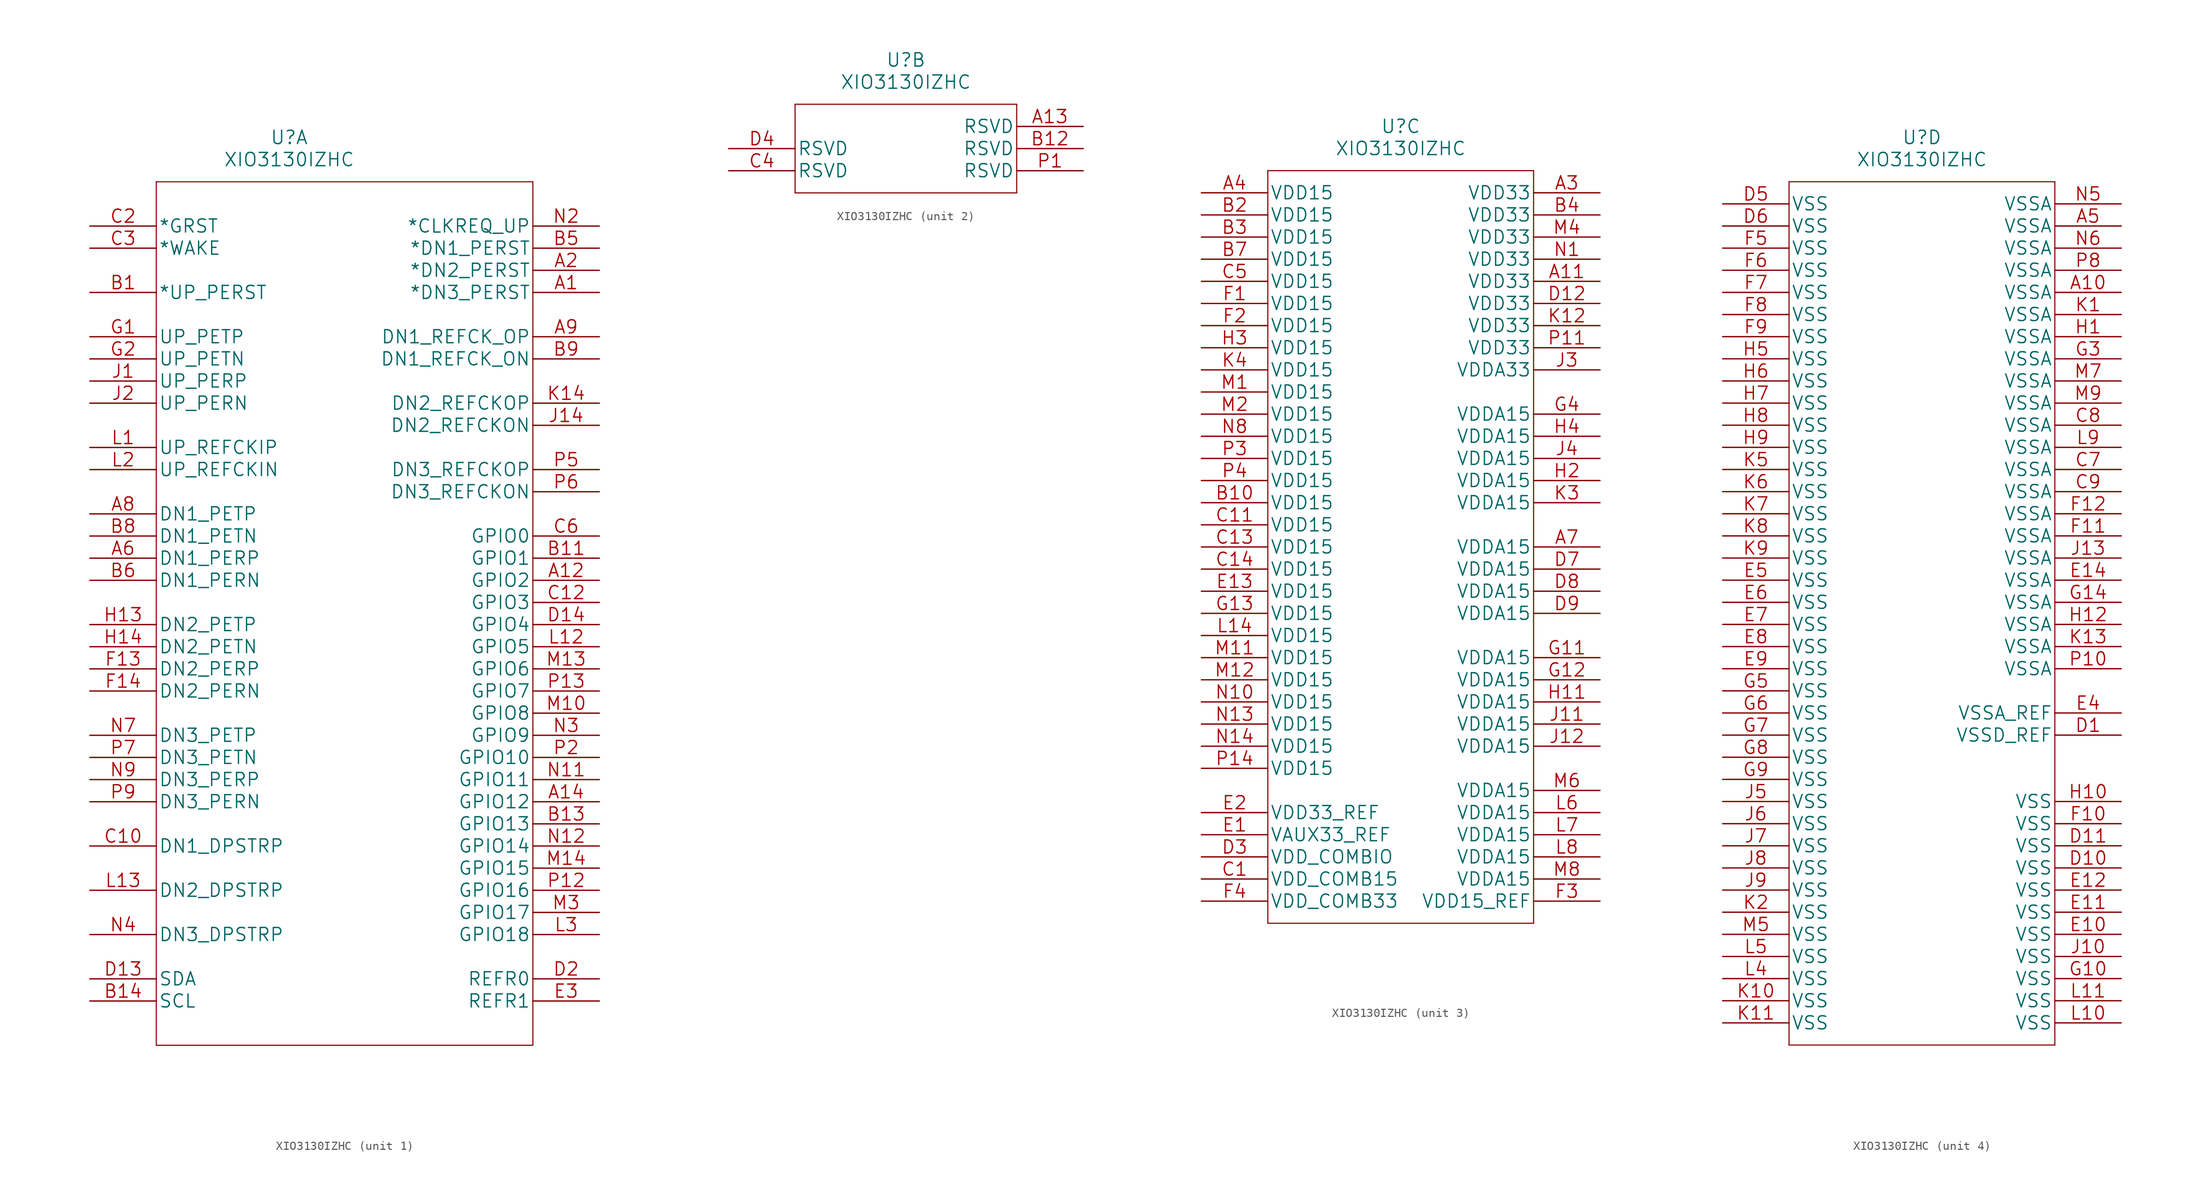
<source format=kicad_sym>
(kicad_symbol_lib
  (version 20201005)
  (generator kicad_symbol_editor)
  (symbol "AP3000:XIO3130IZHC"
    (pin_names
      (offset 0.254))
    (property "Reference" "U"
      (at 22.86 10.16 0)
      (effects (font (size 1.524 1.524))))
    (property "Value" "XIO3130IZHC"
      (at 22.86 7.62 0)
      (effects (font (size 1.524 1.524))))
    (property "Datasheet" ""
      (at 22.86 0 0)
      (effects (font (size 1.524 1.524))))
    (property "ki_locked" ""
      (at 0 0 0)
      (effects (font (size 1.27 1.27))))
    (symbol "XIO3130IZHC_1_1"
      (polyline (pts (xy 7.62 -93.98) (xy 50.8 -93.98)) (stroke (width 0.127)) (fill (type none)))
      (polyline (pts (xy 7.62 5.08) (xy 7.62 -93.98)) (stroke (width 0.127)) (fill (type none)))
      (polyline (pts (xy 50.8 -93.98) (xy 50.8 5.08)) (stroke (width 0.127)) (fill (type none)))
      (polyline (pts (xy 50.8 5.08) (xy 7.62 5.08)) (stroke (width 0.127)) (fill (type none)))
      (pin output line (at 58.42 -7.62 180) (length 7.62) (name "*DN3_PERST" (effects (font (size 1.499 1.499)))) (number "A1" (effects (font (size 1.499 1.499)))))
      (pin bidirectional line (at 58.42 -40.64 180) (length 7.62) (name "GPIO2" (effects (font (size 1.499 1.499)))) (number "A12" (effects (font (size 1.499 1.499)))))
      (pin bidirectional line (at 58.42 -66.04 180) (length 7.62) (name "GPIO12" (effects (font (size 1.499 1.499)))) (number "A14" (effects (font (size 1.499 1.499)))))
      (pin output line (at 58.42 -5.08 180) (length 7.62) (name "*DN2_PERST" (effects (font (size 1.499 1.499)))) (number "A2" (effects (font (size 1.499 1.499)))))
      (pin unspecified line (at 0 -38.1 0) (length 7.62) (name "DN1_PERP" (effects (font (size 1.499 1.499)))) (number "A6" (effects (font (size 1.499 1.499)))))
      (pin unspecified line (at 0 -33.02 0) (length 7.62) (name "DN1_PETP" (effects (font (size 1.499 1.499)))) (number "A8" (effects (font (size 1.499 1.499)))))
      (pin output line (at 58.42 -12.7 180) (length 7.62) (name "DN1_REFCK_OP" (effects (font (size 1.499 1.499)))) (number "A9" (effects (font (size 1.499 1.499)))))
      (pin input line (at 0 -7.62 0) (length 7.62) (name "*UP_PERST" (effects (font (size 1.499 1.499)))) (number "B1" (effects (font (size 1.499 1.499)))))
      (pin bidirectional line (at 58.42 -38.1 180) (length 7.62) (name "GPIO1" (effects (font (size 1.499 1.499)))) (number "B11" (effects (font (size 1.499 1.499)))))
      (pin bidirectional line (at 58.42 -68.58 180) (length 7.62) (name "GPIO13" (effects (font (size 1.499 1.499)))) (number "B13" (effects (font (size 1.499 1.499)))))
      (pin output line (at 0 -88.9 0) (length 7.62) (name "SCL" (effects (font (size 1.499 1.499)))) (number "B14" (effects (font (size 1.499 1.499)))))
      (pin output line (at 58.42 -2.54 180) (length 7.62) (name "*DN1_PERST" (effects (font (size 1.499 1.499)))) (number "B5" (effects (font (size 1.499 1.499)))))
      (pin unspecified line (at 0 -40.64 0) (length 7.62) (name "DN1_PERN" (effects (font (size 1.499 1.499)))) (number "B6" (effects (font (size 1.499 1.499)))))
      (pin unspecified line (at 0 -35.56 0) (length 7.62) (name "DN1_PETN" (effects (font (size 1.499 1.499)))) (number "B8" (effects (font (size 1.499 1.499)))))
      (pin output line (at 58.42 -15.24 180) (length 7.62) (name "DN1_REFCK_ON" (effects (font (size 1.499 1.499)))) (number "B9" (effects (font (size 1.499 1.499)))))
      (pin input line (at 0 -71.12 0) (length 7.62) (name "DN1_DPSTRP" (effects (font (size 1.499 1.499)))) (number "C10" (effects (font (size 1.499 1.499)))))
      (pin bidirectional line (at 58.42 -43.18 180) (length 7.62) (name "GPIO3" (effects (font (size 1.499 1.499)))) (number "C12" (effects (font (size 1.499 1.499)))))
      (pin input line (at 0 0 0) (length 7.62) (name "*GRST" (effects (font (size 1.499 1.499)))) (number "C2" (effects (font (size 1.499 1.499)))))
      (pin unspecified line (at 0 -2.54 0) (length 7.62) (name "*WAKE" (effects (font (size 1.499 1.499)))) (number "C3" (effects (font (size 1.499 1.499)))))
      (pin bidirectional line (at 58.42 -35.56 180) (length 7.62) (name "GPIO0" (effects (font (size 1.499 1.499)))) (number "C6" (effects (font (size 1.499 1.499)))))
      (pin bidirectional line (at 0 -86.36 0) (length 7.62) (name "SDA" (effects (font (size 1.499 1.499)))) (number "D13" (effects (font (size 1.499 1.499)))))
      (pin bidirectional line (at 58.42 -45.72 180) (length 7.62) (name "GPIO4" (effects (font (size 1.499 1.499)))) (number "D14" (effects (font (size 1.499 1.499)))))
      (pin unspecified line (at 58.42 -86.36 180) (length 7.62) (name "REFR0" (effects (font (size 1.499 1.499)))) (number "D2" (effects (font (size 1.499 1.499)))))
      (pin unspecified line (at 58.42 -88.9 180) (length 7.62) (name "REFR1" (effects (font (size 1.499 1.499)))) (number "E3" (effects (font (size 1.499 1.499)))))
      (pin unspecified line (at 0 -50.8 0) (length 7.62) (name "DN2_PERP" (effects (font (size 1.499 1.499)))) (number "F13" (effects (font (size 1.499 1.499)))))
      (pin unspecified line (at 0 -53.34 0) (length 7.62) (name "DN2_PERN" (effects (font (size 1.499 1.499)))) (number "F14" (effects (font (size 1.499 1.499)))))
      (pin unspecified line (at 0 -12.7 0) (length 7.62) (name "UP_PETP" (effects (font (size 1.499 1.499)))) (number "G1" (effects (font (size 1.499 1.499)))))
      (pin unspecified line (at 0 -15.24 0) (length 7.62) (name "UP_PETN" (effects (font (size 1.499 1.499)))) (number "G2" (effects (font (size 1.499 1.499)))))
      (pin unspecified line (at 0 -45.72 0) (length 7.62) (name "DN2_PETP" (effects (font (size 1.499 1.499)))) (number "H13" (effects (font (size 1.499 1.499)))))
      (pin unspecified line (at 0 -48.26 0) (length 7.62) (name "DN2_PETN" (effects (font (size 1.499 1.499)))) (number "H14" (effects (font (size 1.499 1.499)))))
      (pin unspecified line (at 0 -17.78 0) (length 7.62) (name "UP_PERP" (effects (font (size 1.499 1.499)))) (number "J1" (effects (font (size 1.499 1.499)))))
      (pin output line (at 58.42 -22.86 180) (length 7.62) (name "DN2_REFCKON" (effects (font (size 1.499 1.499)))) (number "J14" (effects (font (size 1.499 1.499)))))
      (pin unspecified line (at 0 -20.32 0) (length 7.62) (name "UP_PERN" (effects (font (size 1.499 1.499)))) (number "J2" (effects (font (size 1.499 1.499)))))
      (pin output line (at 58.42 -20.32 180) (length 7.62) (name "DN2_REFCKOP" (effects (font (size 1.499 1.499)))) (number "K14" (effects (font (size 1.499 1.499)))))
      (pin input line (at 0 -25.4 0) (length 7.62) (name "UP_REFCKIP" (effects (font (size 1.499 1.499)))) (number "L1" (effects (font (size 1.499 1.499)))))
      (pin bidirectional line (at 58.42 -48.26 180) (length 7.62) (name "GPIO5" (effects (font (size 1.499 1.499)))) (number "L12" (effects (font (size 1.499 1.499)))))
      (pin input line (at 0 -76.2 0) (length 7.62) (name "DN2_DPSTRP" (effects (font (size 1.499 1.499)))) (number "L13" (effects (font (size 1.499 1.499)))))
      (pin input line (at 0 -27.94 0) (length 7.62) (name "UP_REFCKIN" (effects (font (size 1.499 1.499)))) (number "L2" (effects (font (size 1.499 1.499)))))
      (pin bidirectional line (at 58.42 -81.28 180) (length 7.62) (name "GPIO18" (effects (font (size 1.499 1.499)))) (number "L3" (effects (font (size 1.499 1.499)))))
      (pin bidirectional line (at 58.42 -55.88 180) (length 7.62) (name "GPIO8" (effects (font (size 1.499 1.499)))) (number "M10" (effects (font (size 1.499 1.499)))))
      (pin bidirectional line (at 58.42 -50.8 180) (length 7.62) (name "GPIO6" (effects (font (size 1.499 1.499)))) (number "M13" (effects (font (size 1.499 1.499)))))
      (pin bidirectional line (at 58.42 -73.66 180) (length 7.62) (name "GPIO15" (effects (font (size 1.499 1.499)))) (number "M14" (effects (font (size 1.499 1.499)))))
      (pin bidirectional line (at 58.42 -78.74 180) (length 7.62) (name "GPIO17" (effects (font (size 1.499 1.499)))) (number "M3" (effects (font (size 1.499 1.499)))))
      (pin bidirectional line (at 58.42 -63.5 180) (length 7.62) (name "GPIO11" (effects (font (size 1.499 1.499)))) (number "N11" (effects (font (size 1.499 1.499)))))
      (pin bidirectional line (at 58.42 -71.12 180) (length 7.62) (name "GPIO14" (effects (font (size 1.499 1.499)))) (number "N12" (effects (font (size 1.499 1.499)))))
      (pin output line (at 58.42 0 180) (length 7.62) (name "*CLKREQ_UP" (effects (font (size 1.499 1.499)))) (number "N2" (effects (font (size 1.499 1.499)))))
      (pin bidirectional line (at 58.42 -58.42 180) (length 7.62) (name "GPIO9" (effects (font (size 1.499 1.499)))) (number "N3" (effects (font (size 1.499 1.499)))))
      (pin input line (at 0 -81.28 0) (length 7.62) (name "DN3_DPSTRP" (effects (font (size 1.499 1.499)))) (number "N4" (effects (font (size 1.499 1.499)))))
      (pin unspecified line (at 0 -58.42 0) (length 7.62) (name "DN3_PETP" (effects (font (size 1.499 1.499)))) (number "N7" (effects (font (size 1.499 1.499)))))
      (pin unspecified line (at 0 -63.5 0) (length 7.62) (name "DN3_PERP" (effects (font (size 1.499 1.499)))) (number "N9" (effects (font (size 1.499 1.499)))))
      (pin bidirectional line (at 58.42 -76.2 180) (length 7.62) (name "GPIO16" (effects (font (size 1.499 1.499)))) (number "P12" (effects (font (size 1.499 1.499)))))
      (pin bidirectional line (at 58.42 -53.34 180) (length 7.62) (name "GPIO7" (effects (font (size 1.499 1.499)))) (number "P13" (effects (font (size 1.499 1.499)))))
      (pin bidirectional line (at 58.42 -60.96 180) (length 7.62) (name "GPIO10" (effects (font (size 1.499 1.499)))) (number "P2" (effects (font (size 1.499 1.499)))))
      (pin output line (at 58.42 -27.94 180) (length 7.62) (name "DN3_REFCKOP" (effects (font (size 1.499 1.499)))) (number "P5" (effects (font (size 1.499 1.499)))))
      (pin output line (at 58.42 -30.48 180) (length 7.62) (name "DN3_REFCKON" (effects (font (size 1.499 1.499)))) (number "P6" (effects (font (size 1.499 1.499)))))
      (pin unspecified line (at 0 -60.96 0) (length 7.62) (name "DN3_PETN" (effects (font (size 1.499 1.499)))) (number "P7" (effects (font (size 1.499 1.499)))))
      (pin unspecified line (at 0 -66.04 0) (length 7.62) (name "DN3_PERN" (effects (font (size 1.499 1.499)))) (number "P9" (effects (font (size 1.499 1.499))))))
    (symbol "XIO3130IZHC_2_1"
      (polyline (pts (xy 10.16 -5.08) (xy 35.56 -5.08)) (stroke (width 0.127)) (fill (type none)))
      (polyline (pts (xy 10.16 5.08) (xy 10.16 -5.08)) (stroke (width 0.127)) (fill (type none)))
      (polyline (pts (xy 35.56 -5.08) (xy 35.56 5.08)) (stroke (width 0.127)) (fill (type none)))
      (polyline (pts (xy 35.56 5.08) (xy 10.16 5.08)) (stroke (width 0.127)) (fill (type none)))
      (pin unspecified line (at 43.18 2.54 180) (length 7.62) (name "RSVD" (effects (font (size 1.499 1.499)))) (number "A13" (effects (font (size 1.499 1.499)))))
      (pin unspecified line (at 43.18 0 180) (length 7.62) (name "RSVD" (effects (font (size 1.499 1.499)))) (number "B12" (effects (font (size 1.499 1.499)))))
      (pin unspecified line (at 2.54 -2.54 0) (length 7.62) (name "RSVD" (effects (font (size 1.499 1.499)))) (number "C4" (effects (font (size 1.499 1.499)))))
      (pin unspecified line (at 2.54 0 0) (length 7.62) (name "RSVD" (effects (font (size 1.499 1.499)))) (number "D4" (effects (font (size 1.499 1.499)))))
      (pin unspecified line (at 43.18 -2.54 180) (length 7.62) (name "RSVD" (effects (font (size 1.499 1.499)))) (number "P1" (effects (font (size 1.499 1.499))))))
    (symbol "XIO3130IZHC_3_1"
      (polyline (pts (xy 7.62 -81.28) (xy 38.1 -81.28)) (stroke (width 0.127)) (fill (type none)))
      (polyline (pts (xy 7.62 5.08) (xy 7.62 -81.28)) (stroke (width 0.127)) (fill (type none)))
      (polyline (pts (xy 38.1 -81.28) (xy 38.1 5.08)) (stroke (width 0.127)) (fill (type none)))
      (polyline (pts (xy 38.1 5.08) (xy 7.62 5.08)) (stroke (width 0.127)) (fill (type none)))
      (pin power_in line (at 45.72 -7.62 180) (length 7.62) (name "VDD33" (effects (font (size 1.499 1.499)))) (number "A11" (effects (font (size 1.499 1.499)))))
      (pin power_in line (at 45.72 2.54 180) (length 7.62) (name "VDD33" (effects (font (size 1.499 1.499)))) (number "A3" (effects (font (size 1.499 1.499)))))
      (pin power_in line (at 0 2.54 0) (length 7.62) (name "VDD15" (effects (font (size 1.499 1.499)))) (number "A4" (effects (font (size 1.499 1.499)))))
      (pin power_in line (at 45.72 -38.1 180) (length 7.62) (name "VDDA15" (effects (font (size 1.499 1.499)))) (number "A7" (effects (font (size 1.499 1.499)))))
      (pin power_in line (at 0 -33.02 0) (length 7.62) (name "VDD15" (effects (font (size 1.499 1.499)))) (number "B10" (effects (font (size 1.499 1.499)))))
      (pin power_in line (at 0 0 0) (length 7.62) (name "VDD15" (effects (font (size 1.499 1.499)))) (number "B2" (effects (font (size 1.499 1.499)))))
      (pin power_in line (at 0 -2.54 0) (length 7.62) (name "VDD15" (effects (font (size 1.499 1.499)))) (number "B3" (effects (font (size 1.499 1.499)))))
      (pin power_in line (at 45.72 0 180) (length 7.62) (name "VDD33" (effects (font (size 1.499 1.499)))) (number "B4" (effects (font (size 1.499 1.499)))))
      (pin power_in line (at 0 -5.08 0) (length 7.62) (name "VDD15" (effects (font (size 1.499 1.499)))) (number "B7" (effects (font (size 1.499 1.499)))))
      (pin power_in line (at 0 -76.2 0) (length 7.62) (name "VDD_COMB15" (effects (font (size 1.499 1.499)))) (number "C1" (effects (font (size 1.499 1.499)))))
      (pin power_in line (at 0 -35.56 0) (length 7.62) (name "VDD15" (effects (font (size 1.499 1.499)))) (number "C11" (effects (font (size 1.499 1.499)))))
      (pin power_in line (at 0 -38.1 0) (length 7.62) (name "VDD15" (effects (font (size 1.499 1.499)))) (number "C13" (effects (font (size 1.499 1.499)))))
      (pin power_in line (at 0 -40.64 0) (length 7.62) (name "VDD15" (effects (font (size 1.499 1.499)))) (number "C14" (effects (font (size 1.499 1.499)))))
      (pin power_in line (at 0 -7.62 0) (length 7.62) (name "VDD15" (effects (font (size 1.499 1.499)))) (number "C5" (effects (font (size 1.499 1.499)))))
      (pin power_in line (at 45.72 -10.16 180) (length 7.62) (name "VDD33" (effects (font (size 1.499 1.499)))) (number "D12" (effects (font (size 1.499 1.499)))))
      (pin power_in line (at 0 -73.66 0) (length 7.62) (name "VDD_COMBIO" (effects (font (size 1.499 1.499)))) (number "D3" (effects (font (size 1.499 1.499)))))
      (pin power_in line (at 45.72 -40.64 180) (length 7.62) (name "VDDA15" (effects (font (size 1.499 1.499)))) (number "D7" (effects (font (size 1.499 1.499)))))
      (pin power_in line (at 45.72 -43.18 180) (length 7.62) (name "VDDA15" (effects (font (size 1.499 1.499)))) (number "D8" (effects (font (size 1.499 1.499)))))
      (pin power_in line (at 45.72 -45.72 180) (length 7.62) (name "VDDA15" (effects (font (size 1.499 1.499)))) (number "D9" (effects (font (size 1.499 1.499)))))
      (pin power_in line (at 0 -71.12 0) (length 7.62) (name "VAUX33_REF" (effects (font (size 1.499 1.499)))) (number "E1" (effects (font (size 1.499 1.499)))))
      (pin power_in line (at 0 -43.18 0) (length 7.62) (name "VDD15" (effects (font (size 1.499 1.499)))) (number "E13" (effects (font (size 1.499 1.499)))))
      (pin power_in line (at 0 -68.58 0) (length 7.62) (name "VDD33_REF" (effects (font (size 1.499 1.499)))) (number "E2" (effects (font (size 1.499 1.499)))))
      (pin power_in line (at 0 -10.16 0) (length 7.62) (name "VDD15" (effects (font (size 1.499 1.499)))) (number "F1" (effects (font (size 1.499 1.499)))))
      (pin power_in line (at 0 -12.7 0) (length 7.62) (name "VDD15" (effects (font (size 1.499 1.499)))) (number "F2" (effects (font (size 1.499 1.499)))))
      (pin power_in line (at 45.72 -78.74 180) (length 7.62) (name "VDD15_REF" (effects (font (size 1.499 1.499)))) (number "F3" (effects (font (size 1.499 1.499)))))
      (pin power_in line (at 0 -78.74 0) (length 7.62) (name "VDD_COMB33" (effects (font (size 1.499 1.499)))) (number "F4" (effects (font (size 1.499 1.499)))))
      (pin power_in line (at 45.72 -50.8 180) (length 7.62) (name "VDDA15" (effects (font (size 1.499 1.499)))) (number "G11" (effects (font (size 1.499 1.499)))))
      (pin power_in line (at 45.72 -53.34 180) (length 7.62) (name "VDDA15" (effects (font (size 1.499 1.499)))) (number "G12" (effects (font (size 1.499 1.499)))))
      (pin power_in line (at 0 -45.72 0) (length 7.62) (name "VDD15" (effects (font (size 1.499 1.499)))) (number "G13" (effects (font (size 1.499 1.499)))))
      (pin power_in line (at 45.72 -22.86 180) (length 7.62) (name "VDDA15" (effects (font (size 1.499 1.499)))) (number "G4" (effects (font (size 1.499 1.499)))))
      (pin power_in line (at 45.72 -55.88 180) (length 7.62) (name "VDDA15" (effects (font (size 1.499 1.499)))) (number "H11" (effects (font (size 1.499 1.499)))))
      (pin power_in line (at 45.72 -30.48 180) (length 7.62) (name "VDDA15" (effects (font (size 1.499 1.499)))) (number "H2" (effects (font (size 1.499 1.499)))))
      (pin power_in line (at 0 -15.24 0) (length 7.62) (name "VDD15" (effects (font (size 1.499 1.499)))) (number "H3" (effects (font (size 1.499 1.499)))))
      (pin power_in line (at 45.72 -25.4 180) (length 7.62) (name "VDDA15" (effects (font (size 1.499 1.499)))) (number "H4" (effects (font (size 1.499 1.499)))))
      (pin power_in line (at 45.72 -58.42 180) (length 7.62) (name "VDDA15" (effects (font (size 1.499 1.499)))) (number "J11" (effects (font (size 1.499 1.499)))))
      (pin power_in line (at 45.72 -60.96 180) (length 7.62) (name "VDDA15" (effects (font (size 1.499 1.499)))) (number "J12" (effects (font (size 1.499 1.499)))))
      (pin power_in line (at 45.72 -17.78 180) (length 7.62) (name "VDDA33" (effects (font (size 1.499 1.499)))) (number "J3" (effects (font (size 1.499 1.499)))))
      (pin power_in line (at 45.72 -27.94 180) (length 7.62) (name "VDDA15" (effects (font (size 1.499 1.499)))) (number "J4" (effects (font (size 1.499 1.499)))))
      (pin power_in line (at 45.72 -12.7 180) (length 7.62) (name "VDD33" (effects (font (size 1.499 1.499)))) (number "K12" (effects (font (size 1.499 1.499)))))
      (pin power_in line (at 45.72 -33.02 180) (length 7.62) (name "VDDA15" (effects (font (size 1.499 1.499)))) (number "K3" (effects (font (size 1.499 1.499)))))
      (pin power_in line (at 0 -17.78 0) (length 7.62) (name "VDD15" (effects (font (size 1.499 1.499)))) (number "K4" (effects (font (size 1.499 1.499)))))
      (pin power_in line (at 0 -48.26 0) (length 7.62) (name "VDD15" (effects (font (size 1.499 1.499)))) (number "L14" (effects (font (size 1.499 1.499)))))
      (pin power_in line (at 45.72 -68.58 180) (length 7.62) (name "VDDA15" (effects (font (size 1.499 1.499)))) (number "L6" (effects (font (size 1.499 1.499)))))
      (pin power_in line (at 45.72 -71.12 180) (length 7.62) (name "VDDA15" (effects (font (size 1.499 1.499)))) (number "L7" (effects (font (size 1.499 1.499)))))
      (pin power_in line (at 45.72 -73.66 180) (length 7.62) (name "VDDA15" (effects (font (size 1.499 1.499)))) (number "L8" (effects (font (size 1.499 1.499)))))
      (pin power_in line (at 0 -20.32 0) (length 7.62) (name "VDD15" (effects (font (size 1.499 1.499)))) (number "M1" (effects (font (size 1.499 1.499)))))
      (pin power_in line (at 0 -50.8 0) (length 7.62) (name "VDD15" (effects (font (size 1.499 1.499)))) (number "M11" (effects (font (size 1.499 1.499)))))
      (pin power_in line (at 0 -53.34 0) (length 7.62) (name "VDD15" (effects (font (size 1.499 1.499)))) (number "M12" (effects (font (size 1.499 1.499)))))
      (pin power_in line (at 0 -22.86 0) (length 7.62) (name "VDD15" (effects (font (size 1.499 1.499)))) (number "M2" (effects (font (size 1.499 1.499)))))
      (pin power_in line (at 45.72 -2.54 180) (length 7.62) (name "VDD33" (effects (font (size 1.499 1.499)))) (number "M4" (effects (font (size 1.499 1.499)))))
      (pin power_in line (at 45.72 -66.04 180) (length 7.62) (name "VDDA15" (effects (font (size 1.499 1.499)))) (number "M6" (effects (font (size 1.499 1.499)))))
      (pin power_in line (at 45.72 -76.2 180) (length 7.62) (name "VDDA15" (effects (font (size 1.499 1.499)))) (number "M8" (effects (font (size 1.499 1.499)))))
      (pin power_in line (at 45.72 -5.08 180) (length 7.62) (name "VDD33" (effects (font (size 1.499 1.499)))) (number "N1" (effects (font (size 1.499 1.499)))))
      (pin power_in line (at 0 -55.88 0) (length 7.62) (name "VDD15" (effects (font (size 1.499 1.499)))) (number "N10" (effects (font (size 1.499 1.499)))))
      (pin power_in line (at 0 -58.42 0) (length 7.62) (name "VDD15" (effects (font (size 1.499 1.499)))) (number "N13" (effects (font (size 1.499 1.499)))))
      (pin power_in line (at 0 -60.96 0) (length 7.62) (name "VDD15" (effects (font (size 1.499 1.499)))) (number "N14" (effects (font (size 1.499 1.499)))))
      (pin power_in line (at 0 -25.4 0) (length 7.62) (name "VDD15" (effects (font (size 1.499 1.499)))) (number "N8" (effects (font (size 1.499 1.499)))))
      (pin power_in line (at 45.72 -15.24 180) (length 7.62) (name "VDD33" (effects (font (size 1.499 1.499)))) (number "P11" (effects (font (size 1.499 1.499)))))
      (pin power_in line (at 0 -63.5 0) (length 7.62) (name "VDD15" (effects (font (size 1.499 1.499)))) (number "P14" (effects (font (size 1.499 1.499)))))
      (pin power_in line (at 0 -27.94 0) (length 7.62) (name "VDD15" (effects (font (size 1.499 1.499)))) (number "P3" (effects (font (size 1.499 1.499)))))
      (pin power_in line (at 0 -30.48 0) (length 7.62) (name "VDD15" (effects (font (size 1.499 1.499)))) (number "P4" (effects (font (size 1.499 1.499))))))
    (symbol "XIO3130IZHC_4_1"
      (polyline (pts (xy 7.62 -93.98) (xy 38.1 -93.98)) (stroke (width 0.127)) (fill (type none)))
      (polyline (pts (xy 7.62 5.08) (xy 7.62 -93.98)) (stroke (width 0.127)) (fill (type none)))
      (polyline (pts (xy 38.1 -93.98) (xy 38.1 5.08)) (stroke (width 0.127)) (fill (type none)))
      (polyline (pts (xy 38.1 5.08) (xy 7.62 5.08)) (stroke (width 0.127)) (fill (type none)))
      (pin power_in line (at 45.72 -7.62 180) (length 7.62) (name "VSSA" (effects (font (size 1.499 1.499)))) (number "A10" (effects (font (size 1.499 1.499)))))
      (pin power_in line (at 45.72 0 180) (length 7.62) (name "VSSA" (effects (font (size 1.499 1.499)))) (number "A5" (effects (font (size 1.499 1.499)))))
      (pin power_in line (at 45.72 -27.94 180) (length 7.62) (name "VSSA" (effects (font (size 1.499 1.499)))) (number "C7" (effects (font (size 1.499 1.499)))))
      (pin power_in line (at 45.72 -22.86 180) (length 7.62) (name "VSSA" (effects (font (size 1.499 1.499)))) (number "C8" (effects (font (size 1.499 1.499)))))
      (pin power_in line (at 45.72 -30.48 180) (length 7.62) (name "VSSA" (effects (font (size 1.499 1.499)))) (number "C9" (effects (font (size 1.499 1.499)))))
      (pin power_in line (at 45.72 -58.42 180) (length 7.62) (name "VSSD_REF" (effects (font (size 1.499 1.499)))) (number "D1" (effects (font (size 1.499 1.499)))))
      (pin power_in line (at 45.72 -73.66 180) (length 7.62) (name "VSS" (effects (font (size 1.499 1.499)))) (number "D10" (effects (font (size 1.499 1.499)))))
      (pin power_in line (at 45.72 -71.12 180) (length 7.62) (name "VSS" (effects (font (size 1.499 1.499)))) (number "D11" (effects (font (size 1.499 1.499)))))
      (pin power_in line (at 0 2.54 0) (length 7.62) (name "VSS" (effects (font (size 1.499 1.499)))) (number "D5" (effects (font (size 1.499 1.499)))))
      (pin power_in line (at 0 0 0) (length 7.62) (name "VSS" (effects (font (size 1.499 1.499)))) (number "D6" (effects (font (size 1.499 1.499)))))
      (pin power_in line (at 45.72 -81.28 180) (length 7.62) (name "VSS" (effects (font (size 1.499 1.499)))) (number "E10" (effects (font (size 1.499 1.499)))))
      (pin power_in line (at 45.72 -78.74 180) (length 7.62) (name "VSS" (effects (font (size 1.499 1.499)))) (number "E11" (effects (font (size 1.499 1.499)))))
      (pin power_in line (at 45.72 -76.2 180) (length 7.62) (name "VSS" (effects (font (size 1.499 1.499)))) (number "E12" (effects (font (size 1.499 1.499)))))
      (pin power_in line (at 45.72 -40.64 180) (length 7.62) (name "VSSA" (effects (font (size 1.499 1.499)))) (number "E14" (effects (font (size 1.499 1.499)))))
      (pin power_in line (at 45.72 -55.88 180) (length 7.62) (name "VSSA_REF" (effects (font (size 1.499 1.499)))) (number "E4" (effects (font (size 1.499 1.499)))))
      (pin power_in line (at 0 -40.64 0) (length 7.62) (name "VSS" (effects (font (size 1.499 1.499)))) (number "E5" (effects (font (size 1.499 1.499)))))
      (pin power_in line (at 0 -43.18 0) (length 7.62) (name "VSS" (effects (font (size 1.499 1.499)))) (number "E6" (effects (font (size 1.499 1.499)))))
      (pin power_in line (at 0 -45.72 0) (length 7.62) (name "VSS" (effects (font (size 1.499 1.499)))) (number "E7" (effects (font (size 1.499 1.499)))))
      (pin power_in line (at 0 -48.26 0) (length 7.62) (name "VSS" (effects (font (size 1.499 1.499)))) (number "E8" (effects (font (size 1.499 1.499)))))
      (pin power_in line (at 0 -50.8 0) (length 7.62) (name "VSS" (effects (font (size 1.499 1.499)))) (number "E9" (effects (font (size 1.499 1.499)))))
      (pin power_in line (at 45.72 -68.58 180) (length 7.62) (name "VSS" (effects (font (size 1.499 1.499)))) (number "F10" (effects (font (size 1.499 1.499)))))
      (pin power_in line (at 45.72 -35.56 180) (length 7.62) (name "VSSA" (effects (font (size 1.499 1.499)))) (number "F11" (effects (font (size 1.499 1.499)))))
      (pin power_in line (at 45.72 -33.02 180) (length 7.62) (name "VSSA" (effects (font (size 1.499 1.499)))) (number "F12" (effects (font (size 1.499 1.499)))))
      (pin power_in line (at 0 -2.54 0) (length 7.62) (name "VSS" (effects (font (size 1.499 1.499)))) (number "F5" (effects (font (size 1.499 1.499)))))
      (pin power_in line (at 0 -5.08 0) (length 7.62) (name "VSS" (effects (font (size 1.499 1.499)))) (number "F6" (effects (font (size 1.499 1.499)))))
      (pin power_in line (at 0 -7.62 0) (length 7.62) (name "VSS" (effects (font (size 1.499 1.499)))) (number "F7" (effects (font (size 1.499 1.499)))))
      (pin power_in line (at 0 -10.16 0) (length 7.62) (name "VSS" (effects (font (size 1.499 1.499)))) (number "F8" (effects (font (size 1.499 1.499)))))
      (pin power_in line (at 0 -12.7 0) (length 7.62) (name "VSS" (effects (font (size 1.499 1.499)))) (number "F9" (effects (font (size 1.499 1.499)))))
      (pin power_in line (at 45.72 -86.36 180) (length 7.62) (name "VSS" (effects (font (size 1.499 1.499)))) (number "G10" (effects (font (size 1.499 1.499)))))
      (pin power_in line (at 45.72 -43.18 180) (length 7.62) (name "VSSA" (effects (font (size 1.499 1.499)))) (number "G14" (effects (font (size 1.499 1.499)))))
      (pin power_in line (at 45.72 -15.24 180) (length 7.62) (name "VSSA" (effects (font (size 1.499 1.499)))) (number "G3" (effects (font (size 1.499 1.499)))))
      (pin power_in line (at 0 -53.34 0) (length 7.62) (name "VSS" (effects (font (size 1.499 1.499)))) (number "G5" (effects (font (size 1.499 1.499)))))
      (pin power_in line (at 0 -55.88 0) (length 7.62) (name "VSS" (effects (font (size 1.499 1.499)))) (number "G6" (effects (font (size 1.499 1.499)))))
      (pin power_in line (at 0 -58.42 0) (length 7.62) (name "VSS" (effects (font (size 1.499 1.499)))) (number "G7" (effects (font (size 1.499 1.499)))))
      (pin power_in line (at 0 -60.96 0) (length 7.62) (name "VSS" (effects (font (size 1.499 1.499)))) (number "G8" (effects (font (size 1.499 1.499)))))
      (pin power_in line (at 0 -63.5 0) (length 7.62) (name "VSS" (effects (font (size 1.499 1.499)))) (number "G9" (effects (font (size 1.499 1.499)))))
      (pin power_in line (at 45.72 -12.7 180) (length 7.62) (name "VSSA" (effects (font (size 1.499 1.499)))) (number "H1" (effects (font (size 1.499 1.499)))))
      (pin power_in line (at 45.72 -66.04 180) (length 7.62) (name "VSS" (effects (font (size 1.499 1.499)))) (number "H10" (effects (font (size 1.499 1.499)))))
      (pin power_in line (at 45.72 -45.72 180) (length 7.62) (name "VSSA" (effects (font (size 1.499 1.499)))) (number "H12" (effects (font (size 1.499 1.499)))))
      (pin power_in line (at 0 -15.24 0) (length 7.62) (name "VSS" (effects (font (size 1.499 1.499)))) (number "H5" (effects (font (size 1.499 1.499)))))
      (pin power_in line (at 0 -17.78 0) (length 7.62) (name "VSS" (effects (font (size 1.499 1.499)))) (number "H6" (effects (font (size 1.499 1.499)))))
      (pin power_in line (at 0 -20.32 0) (length 7.62) (name "VSS" (effects (font (size 1.499 1.499)))) (number "H7" (effects (font (size 1.499 1.499)))))
      (pin power_in line (at 0 -22.86 0) (length 7.62) (name "VSS" (effects (font (size 1.499 1.499)))) (number "H8" (effects (font (size 1.499 1.499)))))
      (pin power_in line (at 0 -25.4 0) (length 7.62) (name "VSS" (effects (font (size 1.499 1.499)))) (number "H9" (effects (font (size 1.499 1.499)))))
      (pin power_in line (at 45.72 -83.82 180) (length 7.62) (name "VSS" (effects (font (size 1.499 1.499)))) (number "J10" (effects (font (size 1.499 1.499)))))
      (pin power_in line (at 45.72 -38.1 180) (length 7.62) (name "VSSA" (effects (font (size 1.499 1.499)))) (number "J13" (effects (font (size 1.499 1.499)))))
      (pin power_in line (at 0 -66.04 0) (length 7.62) (name "VSS" (effects (font (size 1.499 1.499)))) (number "J5" (effects (font (size 1.499 1.499)))))
      (pin power_in line (at 0 -68.58 0) (length 7.62) (name "VSS" (effects (font (size 1.499 1.499)))) (number "J6" (effects (font (size 1.499 1.499)))))
      (pin power_in line (at 0 -71.12 0) (length 7.62) (name "VSS" (effects (font (size 1.499 1.499)))) (number "J7" (effects (font (size 1.499 1.499)))))
      (pin power_in line (at 0 -73.66 0) (length 7.62) (name "VSS" (effects (font (size 1.499 1.499)))) (number "J8" (effects (font (size 1.499 1.499)))))
      (pin power_in line (at 0 -76.2 0) (length 7.62) (name "VSS" (effects (font (size 1.499 1.499)))) (number "J9" (effects (font (size 1.499 1.499)))))
      (pin power_in line (at 45.72 -10.16 180) (length 7.62) (name "VSSA" (effects (font (size 1.499 1.499)))) (number "K1" (effects (font (size 1.499 1.499)))))
      (pin power_in line (at 0 -88.9 0) (length 7.62) (name "VSS" (effects (font (size 1.499 1.499)))) (number "K10" (effects (font (size 1.499 1.499)))))
      (pin power_in line (at 0 -91.44 0) (length 7.62) (name "VSS" (effects (font (size 1.499 1.499)))) (number "K11" (effects (font (size 1.499 1.499)))))
      (pin power_in line (at 45.72 -48.26 180) (length 7.62) (name "VSSA" (effects (font (size 1.499 1.499)))) (number "K13" (effects (font (size 1.499 1.499)))))
      (pin power_in line (at 0 -78.74 0) (length 7.62) (name "VSS" (effects (font (size 1.499 1.499)))) (number "K2" (effects (font (size 1.499 1.499)))))
      (pin power_in line (at 0 -27.94 0) (length 7.62) (name "VSS" (effects (font (size 1.499 1.499)))) (number "K5" (effects (font (size 1.499 1.499)))))
      (pin power_in line (at 0 -30.48 0) (length 7.62) (name "VSS" (effects (font (size 1.499 1.499)))) (number "K6" (effects (font (size 1.499 1.499)))))
      (pin power_in line (at 0 -33.02 0) (length 7.62) (name "VSS" (effects (font (size 1.499 1.499)))) (number "K7" (effects (font (size 1.499 1.499)))))
      (pin power_in line (at 0 -35.56 0) (length 7.62) (name "VSS" (effects (font (size 1.499 1.499)))) (number "K8" (effects (font (size 1.499 1.499)))))
      (pin power_in line (at 0 -38.1 0) (length 7.62) (name "VSS" (effects (font (size 1.499 1.499)))) (number "K9" (effects (font (size 1.499 1.499)))))
      (pin power_in line (at 45.72 -91.44 180) (length 7.62) (name "VSS" (effects (font (size 1.499 1.499)))) (number "L10" (effects (font (size 1.499 1.499)))))
      (pin power_in line (at 45.72 -88.9 180) (length 7.62) (name "VSS" (effects (font (size 1.499 1.499)))) (number "L11" (effects (font (size 1.499 1.499)))))
      (pin power_in line (at 0 -86.36 0) (length 7.62) (name "VSS" (effects (font (size 1.499 1.499)))) (number "L4" (effects (font (size 1.499 1.499)))))
      (pin power_in line (at 0 -83.82 0) (length 7.62) (name "VSS" (effects (font (size 1.499 1.499)))) (number "L5" (effects (font (size 1.499 1.499)))))
      (pin power_in line (at 45.72 -25.4 180) (length 7.62) (name "VSSA" (effects (font (size 1.499 1.499)))) (number "L9" (effects (font (size 1.499 1.499)))))
      (pin power_in line (at 0 -81.28 0) (length 7.62) (name "VSS" (effects (font (size 1.499 1.499)))) (number "M5" (effects (font (size 1.499 1.499)))))
      (pin power_in line (at 45.72 -17.78 180) (length 7.62) (name "VSSA" (effects (font (size 1.499 1.499)))) (number "M7" (effects (font (size 1.499 1.499)))))
      (pin power_in line (at 45.72 -20.32 180) (length 7.62) (name "VSSA" (effects (font (size 1.499 1.499)))) (number "M9" (effects (font (size 1.499 1.499)))))
      (pin power_in line (at 45.72 2.54 180) (length 7.62) (name "VSSA" (effects (font (size 1.499 1.499)))) (number "N5" (effects (font (size 1.499 1.499)))))
      (pin power_in line (at 45.72 -2.54 180) (length 7.62) (name "VSSA" (effects (font (size 1.499 1.499)))) (number "N6" (effects (font (size 1.499 1.499)))))
      (pin power_in line (at 45.72 -50.8 180) (length 7.62) (name "VSSA" (effects (font (size 1.499 1.499)))) (number "P10" (effects (font (size 1.499 1.499)))))
      (pin power_in line (at 45.72 -5.08 180) (length 7.62) (name "VSSA" (effects (font (size 1.499 1.499)))) (number "P8" (effects (font (size 1.499 1.499))))))))
</source>
